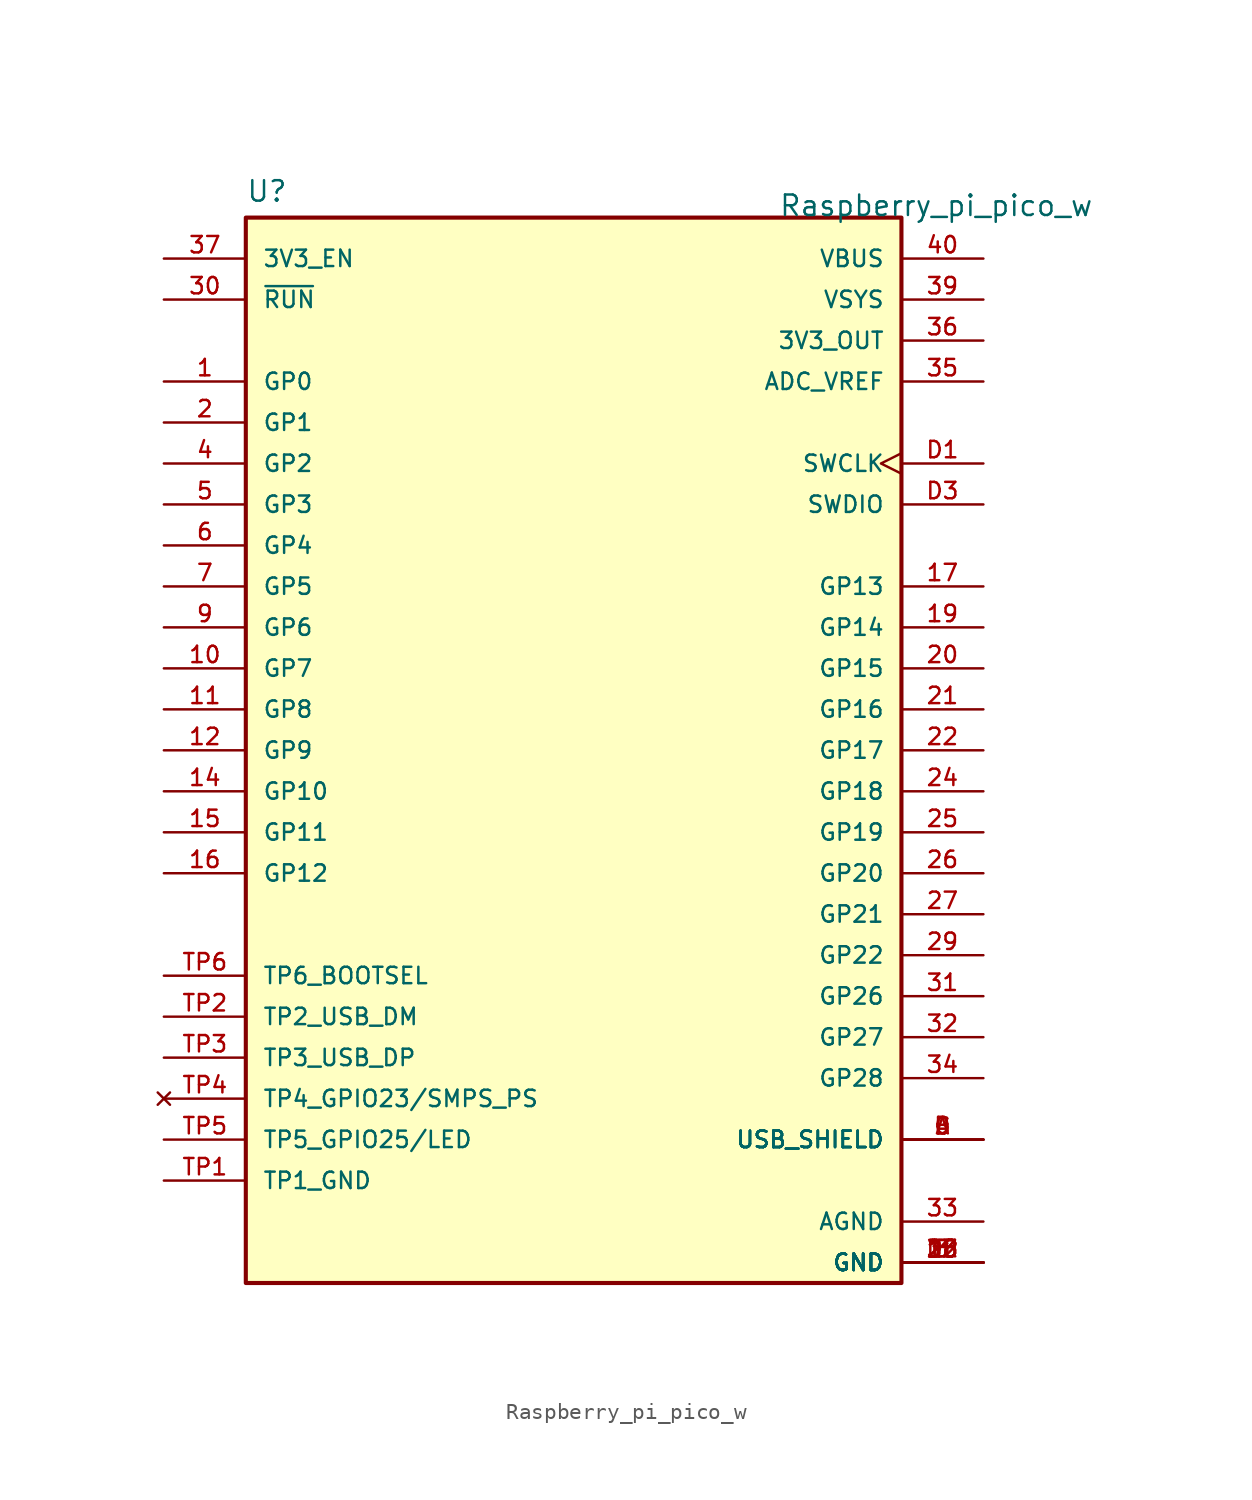
<source format=kicad_sym>
(kicad_symbol_lib
  (version 20211014)
  (generator kicad_symbol_editor)
  (symbol "Raspberry_pi_pico_w"
    (pin_names
      (offset 1.016))
    (property "Reference" "U"
      (at -20.32 44.069 0)
      (effects (font (size 1.27 1.27)) (justify left bottom)))
    (property "Value" "Raspberry_pi_pico_w"
      (at 12.7 43.18 0)
      (effects (font (size 1.27 1.27)) (justify left bottom)))
    (symbol "Raspberry_pi_pico_w_0_0"
      (rectangle (start -20.32 43.18) (end 20.32 -22.86) (stroke (width 0.254) (type default) (color 0 0 0 0)) (fill (type background)))
      (pin bidirectional line (at -25.4 33.02 0) (length 5.08) (name "GP0" (effects (font (size 1.016 1.016)))) (number "1" (effects (font (size 1.016 1.016)))))
      (pin bidirectional line (at -25.4 15.24 0) (length 5.08) (name "GP7" (effects (font (size 1.016 1.016)))) (number "10" (effects (font (size 1.016 1.016)))))
      (pin bidirectional line (at -25.4 12.7 0) (length 5.08) (name "GP8" (effects (font (size 1.016 1.016)))) (number "11" (effects (font (size 1.016 1.016)))))
      (pin bidirectional line (at -25.4 10.16 0) (length 5.08) (name "GP9" (effects (font (size 1.016 1.016)))) (number "12" (effects (font (size 1.016 1.016)))))
      (pin power_in line (at 25.4 -21.59 180) (length 5.08) (name "GND" (effects (font (size 1.016 1.016)))) (number "13" (effects (font (size 1.016 1.016)))))
      (pin bidirectional line (at -25.4 7.62 0) (length 5.08) (name "GP10" (effects (font (size 1.016 1.016)))) (number "14" (effects (font (size 1.016 1.016)))))
      (pin bidirectional line (at -25.4 5.08 0) (length 5.08) (name "GP11" (effects (font (size 1.016 1.016)))) (number "15" (effects (font (size 1.016 1.016)))))
      (pin bidirectional line (at -25.4 2.54 0) (length 5.08) (name "GP12" (effects (font (size 1.016 1.016)))) (number "16" (effects (font (size 1.016 1.016)))))
      (pin bidirectional line (at 25.4 20.32 180) (length 5.08) (name "GP13" (effects (font (size 1.016 1.016)))) (number "17" (effects (font (size 1.016 1.016)))))
      (pin power_in line (at 25.4 -21.59 180) (length 5.08) (name "GND" (effects (font (size 1.016 1.016)))) (number "18" (effects (font (size 1.016 1.016)))))
      (pin bidirectional line (at 25.4 17.78 180) (length 5.08) (name "GP14" (effects (font (size 1.016 1.016)))) (number "19" (effects (font (size 1.016 1.016)))))
      (pin bidirectional line (at -25.4 30.48 0) (length 5.08) (name "GP1" (effects (font (size 1.016 1.016)))) (number "2" (effects (font (size 1.016 1.016)))))
      (pin bidirectional line (at 25.4 15.24 180) (length 5.08) (name "GP15" (effects (font (size 1.016 1.016)))) (number "20" (effects (font (size 1.016 1.016)))))
      (pin bidirectional line (at 25.4 12.7 180) (length 5.08) (name "GP16" (effects (font (size 1.016 1.016)))) (number "21" (effects (font (size 1.016 1.016)))))
      (pin bidirectional line (at 25.4 10.16 180) (length 5.08) (name "GP17" (effects (font (size 1.016 1.016)))) (number "22" (effects (font (size 1.016 1.016)))))
      (pin power_in line (at 25.4 -21.59 180) (length 5.08) (name "GND" (effects (font (size 1.016 1.016)))) (number "23" (effects (font (size 1.016 1.016)))))
      (pin bidirectional line (at 25.4 7.62 180) (length 5.08) (name "GP18" (effects (font (size 1.016 1.016)))) (number "24" (effects (font (size 1.016 1.016)))))
      (pin bidirectional line (at 25.4 5.08 180) (length 5.08) (name "GP19" (effects (font (size 1.016 1.016)))) (number "25" (effects (font (size 1.016 1.016)))))
      (pin bidirectional line (at 25.4 2.54 180) (length 5.08) (name "GP20" (effects (font (size 1.016 1.016)))) (number "26" (effects (font (size 1.016 1.016)))))
      (pin bidirectional line (at 25.4 0 180) (length 5.08) (name "GP21" (effects (font (size 1.016 1.016)))) (number "27" (effects (font (size 1.016 1.016)))))
      (pin power_in line (at 25.4 -21.59 180) (length 5.08) (name "GND" (effects (font (size 1.016 1.016)))) (number "28" (effects (font (size 1.016 1.016)))))
      (pin bidirectional line (at 25.4 -2.54 180) (length 5.08) (name "GP22" (effects (font (size 1.016 1.016)))) (number "29" (effects (font (size 1.016 1.016)))))
      (pin power_in line (at 25.4 -21.59 180) (length 5.08) (name "GND" (effects (font (size 1.016 1.016)))) (number "3" (effects (font (size 1.016 1.016)))))
      (pin input line (at -25.4 38.1 0) (length 5.08) (name "~{RUN}" (effects (font (size 1.016 1.016)))) (number "30" (effects (font (size 1.016 1.016)))))
      (pin bidirectional line (at 25.4 -5.08 180) (length 5.08) (name "GP26" (effects (font (size 1.016 1.016)))) (number "31" (effects (font (size 1.016 1.016)))))
      (pin bidirectional line (at 25.4 -7.62 180) (length 5.08) (name "GP27" (effects (font (size 1.016 1.016)))) (number "32" (effects (font (size 1.016 1.016)))))
      (pin power_in line (at 25.4 -19.05 180) (length 5.08) (name "AGND" (effects (font (size 1.016 1.016)))) (number "33" (effects (font (size 1.016 1.016)))))
      (pin bidirectional line (at 25.4 -10.16 180) (length 5.08) (name "GP28" (effects (font (size 1.016 1.016)))) (number "34" (effects (font (size 1.016 1.016)))))
      (pin power_in line (at 25.4 33.02 180) (length 5.08) (name "ADC_VREF" (effects (font (size 1.016 1.016)))) (number "35" (effects (font (size 1.016 1.016)))))
      (pin power_in line (at 25.4 35.56 180) (length 5.08) (name "3V3_OUT" (effects (font (size 1.016 1.016)))) (number "36" (effects (font (size 1.016 1.016)))))
      (pin input line (at -25.4 40.64 0) (length 5.08) (name "3V3_EN" (effects (font (size 1.016 1.016)))) (number "37" (effects (font (size 1.016 1.016)))))
      (pin power_in line (at 25.4 -21.59 180) (length 5.08) (name "GND" (effects (font (size 1.016 1.016)))) (number "38" (effects (font (size 1.016 1.016)))))
      (pin power_in line (at 25.4 38.1 180) (length 5.08) (name "VSYS" (effects (font (size 1.016 1.016)))) (number "39" (effects (font (size 1.016 1.016)))))
      (pin bidirectional line (at -25.4 27.94 0) (length 5.08) (name "GP2" (effects (font (size 1.016 1.016)))) (number "4" (effects (font (size 1.016 1.016)))))
      (pin power_in line (at 25.4 40.64 180) (length 5.08) (name "VBUS" (effects (font (size 1.016 1.016)))) (number "40" (effects (font (size 1.016 1.016)))))
      (pin bidirectional line (at -25.4 25.4 0) (length 5.08) (name "GP3" (effects (font (size 1.016 1.016)))) (number "5" (effects (font (size 1.016 1.016)))))
      (pin bidirectional line (at -25.4 22.86 0) (length 5.08) (name "GP4" (effects (font (size 1.016 1.016)))) (number "6" (effects (font (size 1.016 1.016)))))
      (pin bidirectional line (at -25.4 20.32 0) (length 5.08) (name "GP5" (effects (font (size 1.016 1.016)))) (number "7" (effects (font (size 1.016 1.016)))))
      (pin power_in line (at 25.4 -21.59 180) (length 5.08) (name "GND" (effects (font (size 1.016 1.016)))) (number "8" (effects (font (size 1.016 1.016)))))
      (pin bidirectional line (at -25.4 17.78 0) (length 5.08) (name "GP6" (effects (font (size 1.016 1.016)))) (number "9" (effects (font (size 1.016 1.016)))))
      (pin power_in line (at 25.4 -13.97 180) (length 5.08) (name "USB_SHIELD" (effects (font (size 1.016 1.016)))) (number "A" (effects (font (size 1.016 1.016)))))
      (pin power_in line (at 25.4 -13.97 180) (length 5.08) (name "USB_SHIELD" (effects (font (size 1.016 1.016)))) (number "B" (effects (font (size 1.016 1.016)))))
      (pin power_in line (at 25.4 -13.97 180) (length 5.08) (name "USB_SHIELD" (effects (font (size 1.016 1.016)))) (number "C" (effects (font (size 1.016 1.016)))))
      (pin power_in line (at 25.4 -13.97 180) (length 5.08) (name "USB_SHIELD" (effects (font (size 1.016 1.016)))) (number "D" (effects (font (size 1.016 1.016)))))
      (pin input clock (at 25.4 27.94 180) (length 5.08) (name "SWCLK" (effects (font (size 1.016 1.016)))) (number "D1" (effects (font (size 1.016 1.016)))))
      (pin power_in line (at 25.4 -21.59 180) (length 5.08) (name "GND" (effects (font (size 1.016 1.016)))) (number "D2" (effects (font (size 1.016 1.016)))))
      (pin bidirectional line (at 25.4 25.4 180) (length 5.08) (name "SWDIO" (effects (font (size 1.016 1.016)))) (number "D3" (effects (font (size 1.016 1.016)))))
      (pin power_in line (at -25.4 -16.51 0) (length 5.08) (name "TP1_GND" (effects (font (size 1.016 1.016)))) (number "TP1" (effects (font (size 1.016 1.016)))))
      (pin bidirectional line (at -25.4 -6.35 0) (length 5.08) (name "TP2_USB_DM" (effects (font (size 1.016 1.016)))) (number "TP2" (effects (font (size 1.016 1.016)))))
      (pin bidirectional line (at -25.4 -8.89 0) (length 5.08) (name "TP3_USB_DP" (effects (font (size 1.016 1.016)))) (number "TP3" (effects (font (size 1.016 1.016)))))
      (pin no_connect line (at -25.4 -11.43 0) (length 5.08) (name "TP4_GPIO23/SMPS_PS" (effects (font (size 1.016 1.016)))) (number "TP4" (effects (font (size 1.016 1.016)))))
      (pin output line (at -25.4 -13.97 0) (length 5.08) (name "TP5_GPIO25/LED" (effects (font (size 1.016 1.016)))) (number "TP5" (effects (font (size 1.016 1.016)))))
      (pin input line (at -25.4 -3.81 0) (length 5.08) (name "TP6_BOOTSEL" (effects (font (size 1.016 1.016)))) (number "TP6" (effects (font (size 1.016 1.016))))))))
</source>
